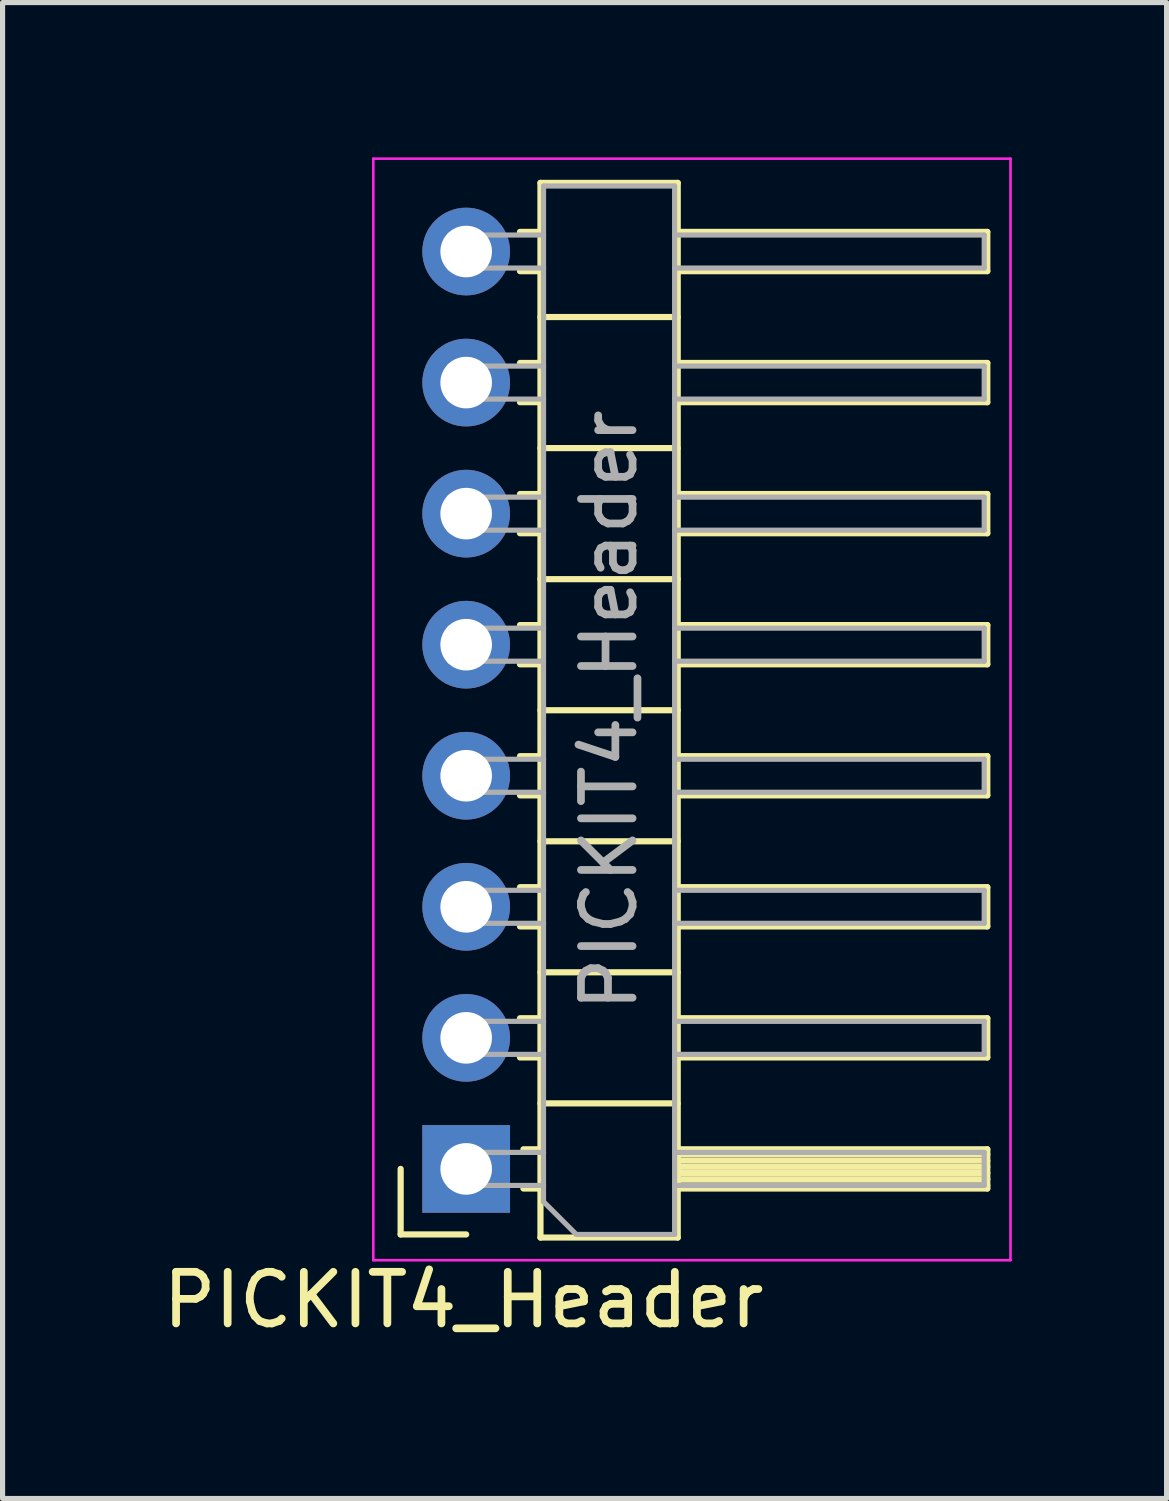
<source format=kicad_pcb>
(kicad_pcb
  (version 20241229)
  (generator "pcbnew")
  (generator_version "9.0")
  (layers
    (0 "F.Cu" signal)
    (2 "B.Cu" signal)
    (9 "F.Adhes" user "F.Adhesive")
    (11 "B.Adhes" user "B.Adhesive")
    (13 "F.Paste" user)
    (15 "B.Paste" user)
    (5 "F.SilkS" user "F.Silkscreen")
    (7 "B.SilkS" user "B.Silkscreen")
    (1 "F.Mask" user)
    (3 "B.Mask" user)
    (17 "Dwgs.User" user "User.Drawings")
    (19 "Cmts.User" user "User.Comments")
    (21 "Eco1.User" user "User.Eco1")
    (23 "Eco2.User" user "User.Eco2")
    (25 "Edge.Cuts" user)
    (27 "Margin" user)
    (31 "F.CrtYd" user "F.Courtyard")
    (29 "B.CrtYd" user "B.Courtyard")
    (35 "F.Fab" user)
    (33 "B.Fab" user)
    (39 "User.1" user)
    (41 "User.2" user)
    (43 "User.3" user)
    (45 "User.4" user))
  (footprint "PICKIT4_Header"
    (layer "F.Cu")
    (at 5.985 19.605)
    (property "Reference" "PICKIT4_Header" (at -0.051 2.54 0) (layer "F.SilkS") (effects (font (size 1 1) (thickness 0.15))))
    (attr through_hole)
    (fp_line (start -1.27 0) (end -1.27 1.27) (stroke (width 0.12) (type solid)) (layer "F.SilkS"))
    (fp_line (start -1.27 1.27) (end 0 1.27) (stroke (width 0.12) (type solid)) (layer "F.SilkS"))
    (fp_line (start 1.043 -18.16) (end 1.44 -18.16) (stroke (width 0.12) (type solid)) (layer "F.SilkS"))
    (fp_line (start 1.043 -17.4) (end 1.44 -17.4) (stroke (width 0.12) (type solid)) (layer "F.SilkS"))
    (fp_line (start 1.043 -15.62) (end 1.44 -15.62) (stroke (width 0.12) (type solid)) (layer "F.SilkS"))
    (fp_line (start 1.043 -14.86) (end 1.44 -14.86) (stroke (width 0.12) (type solid)) (layer "F.SilkS"))
    (fp_line (start 1.043 -13.08) (end 1.44 -13.08) (stroke (width 0.12) (type solid)) (layer "F.SilkS"))
    (fp_line (start 1.043 -12.32) (end 1.44 -12.32) (stroke (width 0.12) (type solid)) (layer "F.SilkS"))
    (fp_line (start 1.043 -10.54) (end 1.44 -10.54) (stroke (width 0.12) (type solid)) (layer "F.SilkS"))
    (fp_line (start 1.043 -9.78) (end 1.44 -9.78) (stroke (width 0.12) (type solid)) (layer "F.SilkS"))
    (fp_line (start 1.043 -8) (end 1.44 -8) (stroke (width 0.12) (type solid)) (layer "F.SilkS"))
    (fp_line (start 1.043 -7.24) (end 1.44 -7.24) (stroke (width 0.12) (type solid)) (layer "F.SilkS"))
    (fp_line (start 1.043 -5.46) (end 1.44 -5.46) (stroke (width 0.12) (type solid)) (layer "F.SilkS"))
    (fp_line (start 1.043 -4.7) (end 1.44 -4.7) (stroke (width 0.12) (type solid)) (layer "F.SilkS"))
    (fp_line (start 1.043 -2.92) (end 1.44 -2.92) (stroke (width 0.12) (type solid)) (layer "F.SilkS"))
    (fp_line (start 1.043 -2.16) (end 1.44 -2.16) (stroke (width 0.12) (type solid)) (layer "F.SilkS"))
    (fp_line (start 1.11 -0.38) (end 1.44 -0.38) (stroke (width 0.12) (type solid)) (layer "F.SilkS"))
    (fp_line (start 1.11 0.38) (end 1.44 0.38) (stroke (width 0.12) (type solid)) (layer "F.SilkS"))
    (fp_line (start 1.44 -19.11) (end 4.1 -19.11) (stroke (width 0.12) (type solid)) (layer "F.SilkS"))
    (fp_line (start 1.44 -16.51) (end 4.1 -16.51) (stroke (width 0.12) (type solid)) (layer "F.SilkS"))
    (fp_line (start 1.44 -13.97) (end 4.1 -13.97) (stroke (width 0.12) (type solid)) (layer "F.SilkS"))
    (fp_line (start 1.44 -11.43) (end 4.1 -11.43) (stroke (width 0.12) (type solid)) (layer "F.SilkS"))
    (fp_line (start 1.44 -8.89) (end 4.1 -8.89) (stroke (width 0.12) (type solid)) (layer "F.SilkS"))
    (fp_line (start 1.44 -6.35) (end 4.1 -6.35) (stroke (width 0.12) (type solid)) (layer "F.SilkS"))
    (fp_line (start 1.44 -3.81) (end 4.1 -3.81) (stroke (width 0.12) (type solid)) (layer "F.SilkS"))
    (fp_line (start 1.44 -1.27) (end 4.1 -1.27) (stroke (width 0.12) (type solid)) (layer "F.SilkS"))
    (fp_line (start 1.44 1.33) (end 1.44 -19.11) (stroke (width 0.12) (type solid)) (layer "F.SilkS"))
    (fp_line (start 4.1 -19.11) (end 4.1 1.33) (stroke (width 0.12) (type solid)) (layer "F.SilkS"))
    (fp_line (start 4.1 -17.4) (end 10.1 -17.4) (stroke (width 0.12) (type solid)) (layer "F.SilkS"))
    (fp_line (start 4.1 -14.86) (end 10.1 -14.86) (stroke (width 0.12) (type solid)) (layer "F.SilkS"))
    (fp_line (start 4.1 -12.32) (end 10.1 -12.32) (stroke (width 0.12) (type solid)) (layer "F.SilkS"))
    (fp_line (start 4.1 -9.78) (end 10.1 -9.78) (stroke (width 0.12) (type solid)) (layer "F.SilkS"))
    (fp_line (start 4.1 -7.24) (end 10.1 -7.24) (stroke (width 0.12) (type solid)) (layer "F.SilkS"))
    (fp_line (start 4.1 -4.7) (end 10.1 -4.7) (stroke (width 0.12) (type solid)) (layer "F.SilkS"))
    (fp_line (start 4.1 -2.16) (end 10.1 -2.16) (stroke (width 0.12) (type solid)) (layer "F.SilkS"))
    (fp_line (start 4.1 -0.28) (end 10.1 -0.28) (stroke (width 0.12) (type solid)) (layer "F.SilkS"))
    (fp_line (start 4.1 -0.16) (end 10.1 -0.16) (stroke (width 0.12) (type solid)) (layer "F.SilkS"))
    (fp_line (start 4.1 -0.04) (end 10.1 -0.04) (stroke (width 0.12) (type solid)) (layer "F.SilkS"))
    (fp_line (start 4.1 0.08) (end 10.1 0.08) (stroke (width 0.12) (type solid)) (layer "F.SilkS"))
    (fp_line (start 4.1 0.2) (end 10.1 0.2) (stroke (width 0.12) (type solid)) (layer "F.SilkS"))
    (fp_line (start 4.1 0.32) (end 10.1 0.32) (stroke (width 0.12) (type solid)) (layer "F.SilkS"))
    (fp_line (start 4.1 0.38) (end 10.1 0.38) (stroke (width 0.12) (type solid)) (layer "F.SilkS"))
    (fp_line (start 4.1 1.33) (end 1.44 1.33) (stroke (width 0.12) (type solid)) (layer "F.SilkS"))
    (fp_line (start 10.1 -18.16) (end 4.1 -18.16) (stroke (width 0.12) (type solid)) (layer "F.SilkS"))
    (fp_line (start 10.1 -17.4) (end 10.1 -18.16) (stroke (width 0.12) (type solid)) (layer "F.SilkS"))
    (fp_line (start 10.1 -15.62) (end 4.1 -15.62) (stroke (width 0.12) (type solid)) (layer "F.SilkS"))
    (fp_line (start 10.1 -14.86) (end 10.1 -15.62) (stroke (width 0.12) (type solid)) (layer "F.SilkS"))
    (fp_line (start 10.1 -13.08) (end 4.1 -13.08) (stroke (width 0.12) (type solid)) (layer "F.SilkS"))
    (fp_line (start 10.1 -12.32) (end 10.1 -13.08) (stroke (width 0.12) (type solid)) (layer "F.SilkS"))
    (fp_line (start 10.1 -10.54) (end 4.1 -10.54) (stroke (width 0.12) (type solid)) (layer "F.SilkS"))
    (fp_line (start 10.1 -9.78) (end 10.1 -10.54) (stroke (width 0.12) (type solid)) (layer "F.SilkS"))
    (fp_line (start 10.1 -8) (end 4.1 -8) (stroke (width 0.12) (type solid)) (layer "F.SilkS"))
    (fp_line (start 10.1 -7.24) (end 10.1 -8) (stroke (width 0.12) (type solid)) (layer "F.SilkS"))
    (fp_line (start 10.1 -5.46) (end 4.1 -5.46) (stroke (width 0.12) (type solid)) (layer "F.SilkS"))
    (fp_line (start 10.1 -4.7) (end 10.1 -5.46) (stroke (width 0.12) (type solid)) (layer "F.SilkS"))
    (fp_line (start 10.1 -2.92) (end 4.1 -2.92) (stroke (width 0.12) (type solid)) (layer "F.SilkS"))
    (fp_line (start 10.1 -2.16) (end 10.1 -2.92) (stroke (width 0.12) (type solid)) (layer "F.SilkS"))
    (fp_line (start 10.1 -0.38) (end 4.1 -0.38) (stroke (width 0.12) (type solid)) (layer "F.SilkS"))
    (fp_line (start 10.1 0.38) (end 10.1 -0.38) (stroke (width 0.12) (type solid)) (layer "F.SilkS"))
    (fp_line (start -1.8 -19.58) (end -1.8 1.77) (stroke (width 0.05) (type solid)) (layer "F.CrtYd"))
    (fp_line (start -1.8 1.77) (end 10.55 1.77) (stroke (width 0.05) (type solid)) (layer "F.CrtYd"))
    (fp_line (start 10.55 -19.58) (end -1.8 -19.58) (stroke (width 0.05) (type solid)) (layer "F.CrtYd"))
    (fp_line (start 10.55 1.77) (end 10.55 -19.58) (stroke (width 0.05) (type solid)) (layer "F.CrtYd"))
    (fp_line (start -0.32 -18.1) (end -0.32 -17.46) (stroke (width 0.1) (type solid)) (layer "F.Fab"))
    (fp_line (start -0.32 -18.1) (end 1.5 -18.1) (stroke (width 0.1) (type solid)) (layer "F.Fab"))
    (fp_line (start -0.32 -17.46) (end 1.5 -17.46) (stroke (width 0.1) (type solid)) (layer "F.Fab"))
    (fp_line (start -0.32 -15.56) (end -0.32 -14.92) (stroke (width 0.1) (type solid)) (layer "F.Fab"))
    (fp_line (start -0.32 -15.56) (end 1.5 -15.56) (stroke (width 0.1) (type solid)) (layer "F.Fab"))
    (fp_line (start -0.32 -14.92) (end 1.5 -14.92) (stroke (width 0.1) (type solid)) (layer "F.Fab"))
    (fp_line (start -0.32 -13.02) (end -0.32 -12.38) (stroke (width 0.1) (type solid)) (layer "F.Fab"))
    (fp_line (start -0.32 -13.02) (end 1.5 -13.02) (stroke (width 0.1) (type solid)) (layer "F.Fab"))
    (fp_line (start -0.32 -12.38) (end 1.5 -12.38) (stroke (width 0.1) (type solid)) (layer "F.Fab"))
    (fp_line (start -0.32 -10.48) (end -0.32 -9.84) (stroke (width 0.1) (type solid)) (layer "F.Fab"))
    (fp_line (start -0.32 -10.48) (end 1.5 -10.48) (stroke (width 0.1) (type solid)) (layer "F.Fab"))
    (fp_line (start -0.32 -9.84) (end 1.5 -9.84) (stroke (width 0.1) (type solid)) (layer "F.Fab"))
    (fp_line (start -0.32 -7.94) (end -0.32 -7.3) (stroke (width 0.1) (type solid)) (layer "F.Fab"))
    (fp_line (start -0.32 -7.94) (end 1.5 -7.94) (stroke (width 0.1) (type solid)) (layer "F.Fab"))
    (fp_line (start -0.32 -7.3) (end 1.5 -7.3) (stroke (width 0.1) (type solid)) (layer "F.Fab"))
    (fp_line (start -0.32 -5.4) (end -0.32 -4.76) (stroke (width 0.1) (type solid)) (layer "F.Fab"))
    (fp_line (start -0.32 -5.4) (end 1.5 -5.4) (stroke (width 0.1) (type solid)) (layer "F.Fab"))
    (fp_line (start -0.32 -4.76) (end 1.5 -4.76) (stroke (width 0.1) (type solid)) (layer "F.Fab"))
    (fp_line (start -0.32 -2.86) (end -0.32 -2.22) (stroke (width 0.1) (type solid)) (layer "F.Fab"))
    (fp_line (start -0.32 -2.86) (end 1.5 -2.86) (stroke (width 0.1) (type solid)) (layer "F.Fab"))
    (fp_line (start -0.32 -2.22) (end 1.5 -2.22) (stroke (width 0.1) (type solid)) (layer "F.Fab"))
    (fp_line (start -0.32 -0.32) (end -0.32 0.32) (stroke (width 0.1) (type solid)) (layer "F.Fab"))
    (fp_line (start -0.32 -0.32) (end 1.5 -0.32) (stroke (width 0.1) (type solid)) (layer "F.Fab"))
    (fp_line (start -0.32 0.32) (end 1.5 0.32) (stroke (width 0.1) (type solid)) (layer "F.Fab"))
    (fp_line (start 1.499 0.635) (end 1.5 -19.05) (stroke (width 0.1) (type solid)) (layer "F.Fab"))
    (fp_line (start 1.5 -19.05) (end 4.04 -19.05) (stroke (width 0.1) (type solid)) (layer "F.Fab"))
    (fp_line (start 2.134 1.27) (end 1.499 0.635) (stroke (width 0.1) (type solid)) (layer "F.Fab"))
    (fp_line (start 4.04 -19.05) (end 4.04 1.27) (stroke (width 0.1) (type solid)) (layer "F.Fab"))
    (fp_line (start 4.04 -18.1) (end 10.04 -18.1) (stroke (width 0.1) (type solid)) (layer "F.Fab"))
    (fp_line (start 4.04 -17.46) (end 10.04 -17.46) (stroke (width 0.1) (type solid)) (layer "F.Fab"))
    (fp_line (start 4.04 -15.56) (end 10.04 -15.56) (stroke (width 0.1) (type solid)) (layer "F.Fab"))
    (fp_line (start 4.04 -14.92) (end 10.04 -14.92) (stroke (width 0.1) (type solid)) (layer "F.Fab"))
    (fp_line (start 4.04 -13.02) (end 10.04 -13.02) (stroke (width 0.1) (type solid)) (layer "F.Fab"))
    (fp_line (start 4.04 -12.38) (end 10.04 -12.38) (stroke (width 0.1) (type solid)) (layer "F.Fab"))
    (fp_line (start 4.04 -10.48) (end 10.04 -10.48) (stroke (width 0.1) (type solid)) (layer "F.Fab"))
    (fp_line (start 4.04 -9.84) (end 10.04 -9.84) (stroke (width 0.1) (type solid)) (layer "F.Fab"))
    (fp_line (start 4.04 -7.94) (end 10.04 -7.94) (stroke (width 0.1) (type solid)) (layer "F.Fab"))
    (fp_line (start 4.04 -7.3) (end 10.04 -7.3) (stroke (width 0.1) (type solid)) (layer "F.Fab"))
    (fp_line (start 4.04 -5.4) (end 10.04 -5.4) (stroke (width 0.1) (type solid)) (layer "F.Fab"))
    (fp_line (start 4.04 -4.76) (end 10.04 -4.76) (stroke (width 0.1) (type solid)) (layer "F.Fab"))
    (fp_line (start 4.04 -2.86) (end 10.04 -2.86) (stroke (width 0.1) (type solid)) (layer "F.Fab"))
    (fp_line (start 4.04 -2.22) (end 10.04 -2.22) (stroke (width 0.1) (type solid)) (layer "F.Fab"))
    (fp_line (start 4.04 -0.32) (end 10.04 -0.32) (stroke (width 0.1) (type solid)) (layer "F.Fab"))
    (fp_line (start 4.04 0.32) (end 10.04 0.32) (stroke (width 0.1) (type solid)) (layer "F.Fab"))
    (fp_line (start 4.04 1.27) (end 2.134 1.27) (stroke (width 0.1) (type solid)) (layer "F.Fab"))
    (fp_line (start 10.04 -18.1) (end 10.04 -17.46) (stroke (width 0.1) (type solid)) (layer "F.Fab"))
    (fp_line (start 10.04 -15.56) (end 10.04 -14.92) (stroke (width 0.1) (type solid)) (layer "F.Fab"))
    (fp_line (start 10.04 -13.02) (end 10.04 -12.38) (stroke (width 0.1) (type solid)) (layer "F.Fab"))
    (fp_line (start 10.04 -10.48) (end 10.04 -9.84) (stroke (width 0.1) (type solid)) (layer "F.Fab"))
    (fp_line (start 10.04 -7.94) (end 10.04 -7.3) (stroke (width 0.1) (type solid)) (layer "F.Fab"))
    (fp_line (start 10.04 -5.4) (end 10.04 -4.76) (stroke (width 0.1) (type solid)) (layer "F.Fab"))
    (fp_line (start 10.04 -2.86) (end 10.04 -2.22) (stroke (width 0.1) (type solid)) (layer "F.Fab"))
    (fp_line (start 10.04 -0.32) (end 10.04 0.32) (stroke (width 0.1) (type solid)) (layer "F.Fab"))
    (fp_text user "${REFERENCE}" (at 2.77 -8.89 90) (layer "F.Fab") (effects (font (size 1 1) (thickness 0.15))))
    (pad "1" thru_hole rect (at 0 0) (size 1.7 1.7) (drill 1) (layers "*.Cu" "*.Mask"))
    (pad "2" thru_hole oval (at 0 -2.54) (size 1.7 1.7) (drill 1) (layers "*.Cu" "*.Mask"))
    (pad "3" thru_hole oval (at 0 -5.08) (size 1.7 1.7) (drill 1) (layers "*.Cu" "*.Mask"))
    (pad "4" thru_hole oval (at 0 -7.62) (size 1.7 1.7) (drill 1) (layers "*.Cu" "*.Mask"))
    (pad "5" thru_hole oval (at 0 -10.16) (size 1.7 1.7) (drill 1) (layers "*.Cu" "*.Mask"))
    (pad "6" thru_hole oval (at 0 -12.7) (size 1.7 1.7) (drill 1) (layers "*.Cu" "*.Mask"))
    (pad "7" thru_hole oval (at 0 -15.24) (size 1.7 1.7) (drill 1) (layers "*.Cu" "*.Mask"))
    (pad "8" thru_hole circle (at 0 -17.78) (size 1.7 1.7) (drill 1) (layers "*.Cu" "*.Mask")))
  (gr_rect
    (start -3 -3)
    (end 19.56 25.993)
    (stroke (width 0.1) (type default))
    (fill no)
    (layer "Edge.Cuts")))
</source>
